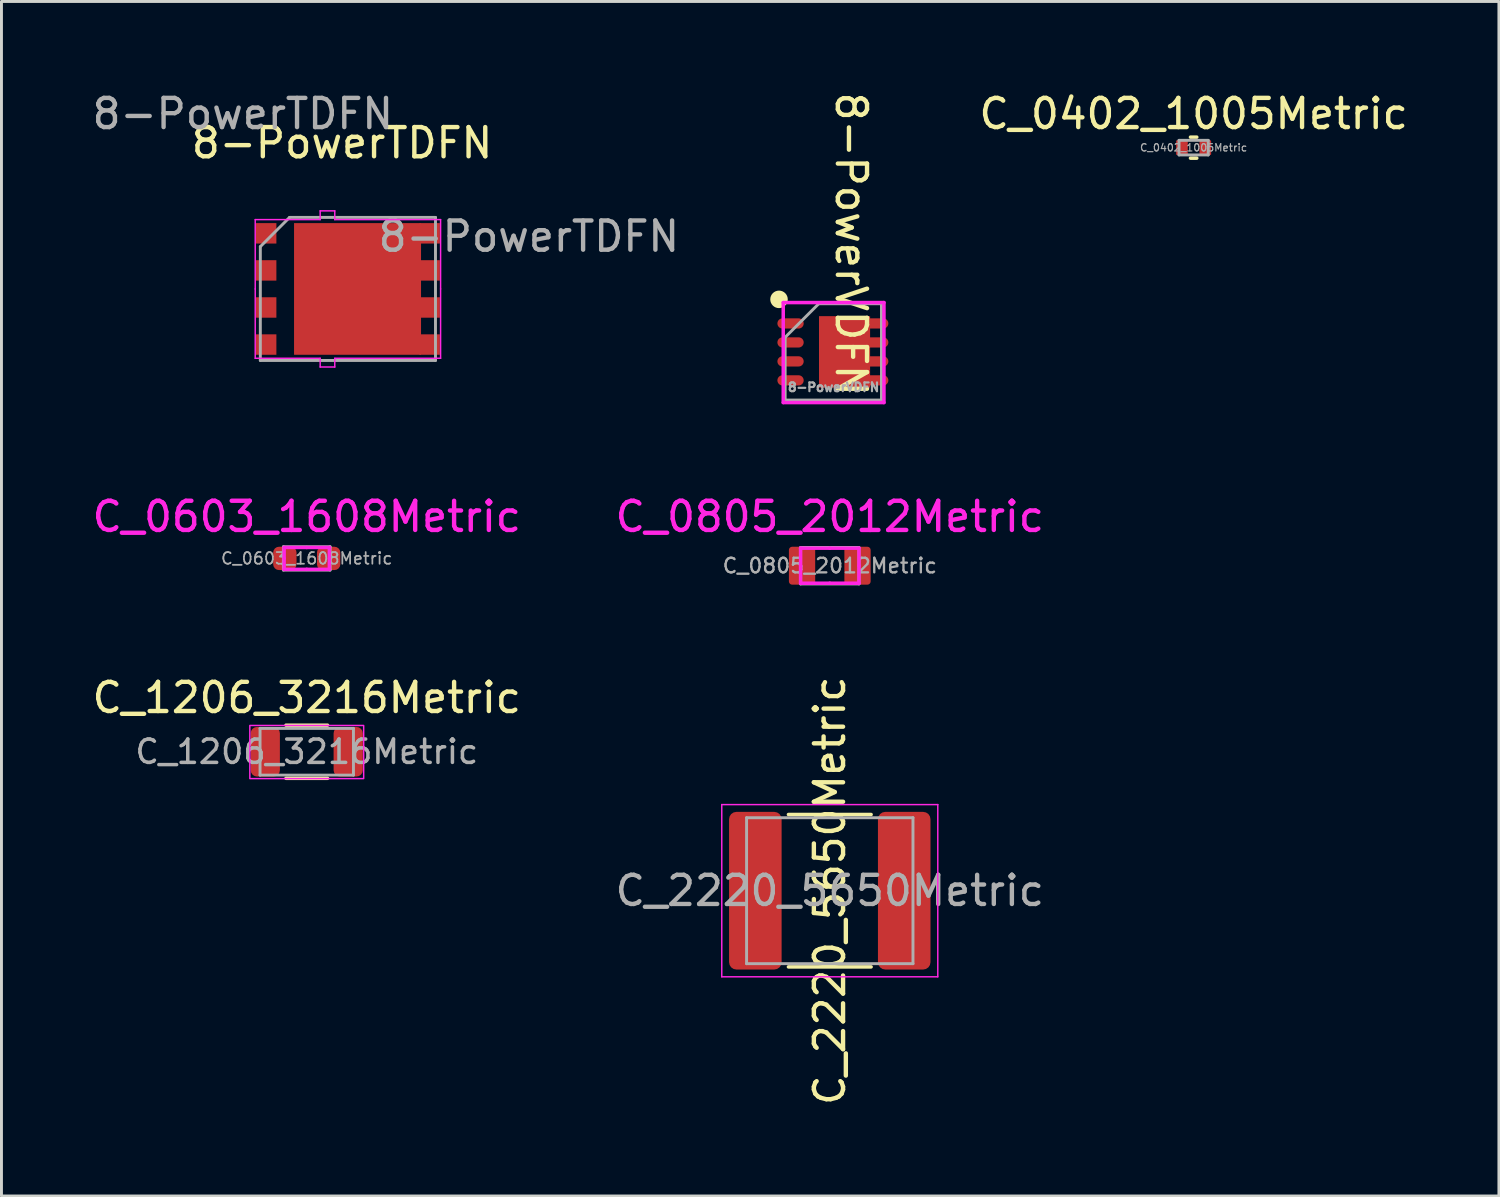
<source format=kicad_pcb>
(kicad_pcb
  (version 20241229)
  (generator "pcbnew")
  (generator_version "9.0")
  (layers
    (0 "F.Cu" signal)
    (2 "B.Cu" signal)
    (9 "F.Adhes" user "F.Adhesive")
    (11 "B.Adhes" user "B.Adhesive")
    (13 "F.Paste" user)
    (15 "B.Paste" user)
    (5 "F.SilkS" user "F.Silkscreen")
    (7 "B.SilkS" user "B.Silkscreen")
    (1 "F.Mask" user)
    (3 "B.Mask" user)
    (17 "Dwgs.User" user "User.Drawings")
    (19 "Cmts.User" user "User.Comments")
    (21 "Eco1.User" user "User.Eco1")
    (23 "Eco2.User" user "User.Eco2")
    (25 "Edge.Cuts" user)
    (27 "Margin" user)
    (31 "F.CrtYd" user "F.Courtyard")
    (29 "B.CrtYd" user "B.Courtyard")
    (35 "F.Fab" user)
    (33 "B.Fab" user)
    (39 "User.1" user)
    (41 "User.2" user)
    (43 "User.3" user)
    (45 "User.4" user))
  (footprint "C_0402_1005Metric"
    (layer "F.Cu")
    (at 37.839 2.008)
    (property "Reference" "C_0402_1005Metric" (at 0 -1.16 0) (layer "F.SilkS") (effects (font (size 1 1) (thickness 0.15))))
    (attr smd)
    (fp_line (start -0.108 -0.36) (end 0.108 -0.36) (stroke (width 0.12) (type solid)) (layer "F.SilkS"))
    (fp_line (start -0.108 0.36) (end 0.108 0.36) (stroke (width 0.12) (type solid)) (layer "F.SilkS"))
    (fp_line (start -0.5 -0.25) (end 0.5 -0.25) (stroke (width 0.1) (type solid)) (layer "F.Fab"))
    (fp_line (start -0.5 0.25) (end -0.5 -0.25) (stroke (width 0.1) (type solid)) (layer "F.Fab"))
    (fp_line (start 0.5 -0.25) (end 0.5 0.25) (stroke (width 0.1) (type solid)) (layer "F.Fab"))
    (fp_line (start 0.5 0.25) (end -0.5 0.25) (stroke (width 0.1) (type solid)) (layer "F.Fab"))
    (fp_text user "${REFERENCE}" (at 0 0 0) (layer "F.Fab") (effects (font (size 0.25 0.25) (thickness 0.04))))
    (pad "1" smd roundrect (at -0.4 0) (size 0.4 0.5) (layers "F.Cu" "F.Mask" "F.Paste") (roundrect_rratio 0.062))
    (pad "2" smd roundrect (at 0.4 0) (size 0.4 0.5) (layers "F.Cu" "F.Mask" "F.Paste") (roundrect_rratio 0.062)))
  (footprint "C_0805_2012Metric"
    (layer "F.Cu")
    (at 25.375 16.329)
    (property "Reference" "C_0805_2012Metric" (at 0 -1.68 0) (layer "F.CrtYd") (effects (font (size 1 1) (thickness 0.15))))
    (attr smd)
    (fp_line (start -1 0) (end -1 -0.6) (stroke (width 0.12) (type default)) (layer "F.CrtYd"))
    (fp_line (start -1 0) (end -1 0.6) (stroke (width 0.12) (type default)) (layer "F.CrtYd"))
    (fp_line (start 0 -0.6) (end -1 -0.6) (stroke (width 0.12) (type default)) (layer "F.CrtYd"))
    (fp_line (start 0 -0.6) (end 1 -0.6) (stroke (width 0.12) (type default)) (layer "F.CrtYd"))
    (fp_line (start 0 0.6) (end -1 0.6) (stroke (width 0.12) (type default)) (layer "F.CrtYd"))
    (fp_line (start 0 0.6) (end 1 0.6) (stroke (width 0.12) (type default)) (layer "F.CrtYd"))
    (fp_line (start 1 0) (end 1 -0.6) (stroke (width 0.12) (type default)) (layer "F.CrtYd"))
    (fp_line (start 1 0) (end 1 0.6) (stroke (width 0.12) (type default)) (layer "F.CrtYd"))
    (fp_line (start -1 -0.625) (end 1 -0.625) (stroke (width 0.1) (type solid)) (layer "F.Fab"))
    (fp_line (start -1 0.625) (end -1 -0.625) (stroke (width 0.1) (type solid)) (layer "F.Fab"))
    (fp_line (start 1 -0.625) (end 1 0.625) (stroke (width 0.1) (type solid)) (layer "F.Fab"))
    (fp_line (start 1 0.625) (end -1 0.625) (stroke (width 0.1) (type solid)) (layer "F.Fab"))
    (fp_text user "${REFERENCE}" (at 0 0 0) (layer "F.Fab") (effects (font (size 0.5 0.5) (thickness 0.08))))
    (pad "1" smd roundrect (at -0.95 0) (size 0.9 1.3) (layers "F.Cu" "F.Mask" "F.Paste") (roundrect_rratio 0.125))
    (pad "2" smd roundrect (at 0.95 0) (size 0.9 1.3) (layers "F.Cu" "F.Mask" "F.Paste") (roundrect_rratio 0.125)))
  (footprint "8-PowerVDFN"
    (layer "F.Cu")
    (at 25.506 9.015)
    (property "Reference" "8-PowerVDFN" (at 0.6 -3.7 270) (unlocked yes) (layer "F.SilkS") (effects (font (size 1 1) (thickness 0.15))))
    (attr smd)
    (fp_circle (center -1.87 -1.81) (end -1.72 -1.81) (stroke (width 0.3) (type default)) (fill no) (layer "F.SilkS"))
    (fp_line (start -1.725 -1.7) (end -1.725 1.725) (stroke (width 0.12) (type default)) (layer "F.CrtYd"))
    (fp_line (start -1.725 -1.7) (end 1.725 -1.7) (stroke (width 0.12) (type default)) (layer "F.CrtYd"))
    (fp_line (start -1.725 1.725) (end 1.725 1.725) (stroke (width 0.12) (type default)) (layer "F.CrtYd"))
    (fp_line (start 1.725 -1.7) (end 1.725 1.725) (stroke (width 0.12) (type default)) (layer "F.CrtYd"))
    (fp_line (start -1.66 -0.51) (end -0.51 -1.66) (stroke (width 0.1) (type solid)) (layer "F.Fab"))
    (fp_line (start -1.66 1.64) (end -1.66 -0.51) (stroke (width 0.1) (type solid)) (layer "F.Fab"))
    (fp_line (start -0.51 -1.66) (end 1.64 -1.66) (stroke (width 0.1) (type solid)) (layer "F.Fab"))
    (fp_line (start 1.64 -1.66) (end 1.64 1.64) (stroke (width 0.1) (type solid)) (layer "F.Fab"))
    (fp_line (start 1.64 1.64) (end -1.66 1.64) (stroke (width 0.1) (type solid)) (layer "F.Fab"))
    (fp_text user "${REFERENCE}" (at 0 1.2 0) (layer "F.Fab") (effects (font (size 0.3 0.3) (thickness 0.075))))
    (pad "" smd rect (at -0.1 -0.62) (size 0.57 0.738) (layers "F.Paste"))
    (pad "" smd rect (at -0.1 0.6) (size 0.57 0.738) (layers "F.Paste"))
    (pad "" smd rect (at 0.85 -0.62) (size 0.57 0.738) (layers "F.Paste"))
    (pad "" smd rect (at 0.85 0.6) (size 0.57 0.738) (layers "F.Paste"))
    (pad "1" smd oval (at -1.475 -0.985 90) (size 0.35 0.9) (layers "F.Cu" "F.Mask" "F.Paste"))
    (pad "1" smd oval (at -1.475 -0.335 90) (size 0.35 0.9) (layers "F.Cu" "F.Mask" "F.Paste"))
    (pad "1" smd oval (at -1.475 0.315 90) (size 0.35 0.9) (layers "F.Cu" "F.Mask" "F.Paste"))
    (pad "2" smd oval (at -1.475 0.965 90) (size 0.35 0.9) (layers "F.Cu" "F.Mask" "F.Paste"))
    (pad "3" smd rect (at 0.375 -0.01 180) (size 1.75 2.45) (layers "F.Cu" "F.Mask"))
    (pad "3" smd oval (at 1.425 -0.985 90) (size 0.35 0.9) (layers "F.Cu" "F.Mask"))
    (pad "3" smd oval (at 1.425 -0.335 90) (size 0.35 0.9) (layers "F.Cu" "F.Mask"))
    (pad "3" smd oval (at 1.425 0.315 90) (size 0.35 0.9) (layers "F.Cu" "F.Mask"))
    (pad "3" smd oval (at 1.425 0.965 90) (size 0.35 0.9) (layers "F.Cu" "F.Mask")))
  (footprint "C_0603_1608Metric"
    (layer "F.Cu")
    (at 7.458 16.079)
    (property "Reference" "C_0603_1608Metric" (at 0 -1.43 0) (layer "F.CrtYd") (effects (font (size 1 1) (thickness 0.15))))
    (attr smd)
    (fp_line (start -0.775 0) (end -0.775 -0.375) (stroke (width 0.12) (type default)) (layer "F.CrtYd"))
    (fp_line (start -0.775 0) (end -0.775 0.375) (stroke (width 0.12) (type default)) (layer "F.CrtYd"))
    (fp_line (start 0 -0.375) (end -0.775 -0.375) (stroke (width 0.12) (type default)) (layer "F.CrtYd"))
    (fp_line (start 0 -0.375) (end 0.775 -0.375) (stroke (width 0.12) (type default)) (layer "F.CrtYd"))
    (fp_line (start 0 0.375) (end -0.775 0.375) (stroke (width 0.12) (type default)) (layer "F.CrtYd"))
    (fp_line (start 0 0.375) (end 0.775 0.375) (stroke (width 0.12) (type default)) (layer "F.CrtYd"))
    (fp_line (start 0.775 0) (end 0.775 -0.375) (stroke (width 0.12) (type default)) (layer "F.CrtYd"))
    (fp_line (start 0.775 0) (end 0.775 0.375) (stroke (width 0.12) (type default)) (layer "F.CrtYd"))
    (fp_line (start -0.8 -0.4) (end 0.8 -0.4) (stroke (width 0.1) (type solid)) (layer "F.Fab"))
    (fp_line (start -0.8 0.4) (end -0.8 -0.4) (stroke (width 0.1) (type solid)) (layer "F.Fab"))
    (fp_line (start 0.8 -0.4) (end 0.8 0.4) (stroke (width 0.1) (type solid)) (layer "F.Fab"))
    (fp_line (start 0.8 0.4) (end -0.8 0.4) (stroke (width 0.1) (type solid)) (layer "F.Fab"))
    (fp_text user "${REFERENCE}" (at 0 0 0) (layer "F.Fab") (effects (font (size 0.4 0.4) (thickness 0.06))))
    (pad "1" smd roundrect (at -0.75 0) (size 0.8 0.8) (layers "F.Cu" "F.Mask" "F.Paste") (roundrect_rratio 0.25))
    (pad "2" smd roundrect (at 0.75 0) (size 0.8 0.8) (layers "F.Cu" "F.Mask" "F.Paste") (roundrect_rratio 0.25)))
  (footprint "C_2220_5650Metric"
    (layer "F.Cu")
    (at 25.375 27.462)
    (property "Reference" "C_2220_5650Metric" (at 0 0 90) (layer "F.SilkS") (effects (font (size 1 1) (thickness 0.15))))
    (attr smd)
    (fp_line (start -1.416 -2.61) (end 1.416 -2.61) (stroke (width 0.12) (type solid)) (layer "F.SilkS"))
    (fp_line (start -1.416 2.61) (end 1.416 2.61) (stroke (width 0.12) (type solid)) (layer "F.SilkS"))
    (fp_line (start -3.7 -2.95) (end 3.7 -2.95) (stroke (width 0.05) (type solid)) (layer "F.CrtYd"))
    (fp_line (start -3.7 2.95) (end -3.7 -2.95) (stroke (width 0.05) (type solid)) (layer "F.CrtYd"))
    (fp_line (start 3.7 -2.95) (end 3.7 2.95) (stroke (width 0.05) (type solid)) (layer "F.CrtYd"))
    (fp_line (start 3.7 2.95) (end -3.7 2.95) (stroke (width 0.05) (type solid)) (layer "F.CrtYd"))
    (fp_line (start -2.85 -2.5) (end 2.85 -2.5) (stroke (width 0.1) (type solid)) (layer "F.Fab"))
    (fp_line (start -2.85 2.5) (end -2.85 -2.5) (stroke (width 0.1) (type solid)) (layer "F.Fab"))
    (fp_line (start 2.85 -2.5) (end 2.85 2.5) (stroke (width 0.1) (type solid)) (layer "F.Fab"))
    (fp_line (start 2.85 2.5) (end -2.85 2.5) (stroke (width 0.1) (type solid)) (layer "F.Fab"))
    (fp_text user "${REFERENCE}" (at 0 0 0) (layer "F.Fab") (effects (font (size 1 1) (thickness 0.15))))
    (pad "1" smd roundrect (at -2.55 0) (size 1.8 5.4) (layers "F.Cu" "F.Mask" "F.Paste") (roundrect_rratio 0.139))
    (pad "2" smd roundrect (at 2.55 0) (size 1.8 5.4) (layers "F.Cu" "F.Mask" "F.Paste") (roundrect_rratio 0.139)))
  (footprint "8-PowerTDFN"
    (layer "F.Cu")
    (at 8.868 6.848)
    (property "Reference" "8-PowerTDFN" (at -0.2 -5 0) (unlocked yes) (layer "F.SilkS") (effects (font (size 1 1) (thickness 0.15))))
    (attr smd)
    (fp_line (start -3.175 -2.375) (end -0.95 -2.375) (stroke (width 0.05) (type default)) (layer "F.CrtYd"))
    (fp_line (start -3.175 0) (end -3.175 -2.375) (stroke (width 0.05) (type default)) (layer "F.CrtYd"))
    (fp_line (start -3.175 0) (end -3.175 2.375) (stroke (width 0.05) (type default)) (layer "F.CrtYd"))
    (fp_line (start -3.175 2.375) (end -0.95 2.375) (stroke (width 0.05) (type default)) (layer "F.CrtYd"))
    (fp_line (start -0.95 -2.675) (end -0.45 -2.675) (stroke (width 0.05) (type default)) (layer "F.CrtYd"))
    (fp_line (start -0.95 -2.375) (end -0.95 -2.675) (stroke (width 0.05) (type default)) (layer "F.CrtYd"))
    (fp_line (start -0.95 2.375) (end -0.95 2.675) (stroke (width 0.05) (type default)) (layer "F.CrtYd"))
    (fp_line (start -0.95 2.675) (end -0.45 2.675) (stroke (width 0.05) (type default)) (layer "F.CrtYd"))
    (fp_line (start -0.45 -2.675) (end -0.45 -2.375) (stroke (width 0.05) (type default)) (layer "F.CrtYd"))
    (fp_line (start -0.45 -2.375) (end 3.175 -2.375) (stroke (width 0.05) (type default)) (layer "F.CrtYd"))
    (fp_line (start -0.45 2.375) (end 3.175 2.375) (stroke (width 0.05) (type default)) (layer "F.CrtYd"))
    (fp_line (start -0.45 2.675) (end -0.45 2.375) (stroke (width 0.05) (type default)) (layer "F.CrtYd"))
    (fp_line (start 3.175 -2.375) (end 3.175 0) (stroke (width 0.05) (type default)) (layer "F.CrtYd"))
    (fp_line (start 3.175 2.375) (end 3.175 0) (stroke (width 0.05) (type default)) (layer "F.CrtYd"))
    (fp_line (start -3 -1.45) (end -3 2.45) (stroke (width 0.1) (type solid)) (layer "F.Fab"))
    (fp_line (start -2 -2.45) (end -3 -1.45) (stroke (width 0.1) (type solid)) (layer "F.Fab"))
    (fp_line (start -2 -2.45) (end 3 -2.45) (stroke (width 0.1) (type solid)) (layer "F.Fab"))
    (fp_line (start 3 -2.45) (end 3 2.45) (stroke (width 0.1) (type solid)) (layer "F.Fab"))
    (fp_line (start 3 2.45) (end -3 2.45) (stroke (width 0.1) (type solid)) (layer "F.Fab"))
    (fp_text user "${REFERENCE}" (at 6.2 -1.8 0) (unlocked yes) (layer "F.Fab") (effects (font (size 1 1) (thickness 0.15))))
    (fp_text user "${REFERENCE}" (at -3.6 -6 0) (layer "F.Fab") (effects (font (size 1 1) (thickness 0.15))))
    (pad "" smd rect (at -0.797 -1.095) (size 1.235 1.57) (layers "F.Paste"))
    (pad "" smd rect (at -0.797 1.095) (size 1.235 1.57) (layers "F.Paste"))
    (pad "" smd rect (at 1.113 -1.095) (size 1.585 1.57) (layers "F.Paste"))
    (pad "" smd rect (at 1.113 1.095) (size 1.585 1.57) (layers "F.Paste"))
    (pad "1" smd rect (at -2.8 -1.905) (size 0.7 0.7) (layers "F.Cu" "F.Mask" "F.Paste"))
    (pad "1" smd rect (at -2.8 -0.635) (size 0.7 0.7) (layers "F.Cu" "F.Mask" "F.Paste"))
    (pad "1" smd rect (at -2.8 0.635) (size 0.7 0.7) (layers "F.Cu" "F.Mask" "F.Paste"))
    (pad "2" smd rect (at -2.8 1.905) (size 0.7 0.7) (layers "F.Cu" "F.Mask" "F.Paste"))
    (pad "3" smd rect (at 0.33 0) (size 4.35 4.51) (layers "F.Cu" "F.Mask"))
    (pad "3" smd rect (at 2.8 -1.905) (size 0.7 0.7) (layers "F.Cu" "F.Mask" "F.Paste"))
    (pad "3" smd rect (at 2.8 -0.635) (size 0.7 0.7) (layers "F.Cu" "F.Mask" "F.Paste"))
    (pad "3" smd rect (at 2.8 0.635) (size 0.7 0.7) (layers "F.Cu" "F.Mask" "F.Paste"))
    (pad "3" smd rect (at 2.8 1.905) (size 0.7 0.7) (layers "F.Cu" "F.Mask" "F.Paste")))
  (footprint "C_1206_3216Metric"
    (layer "F.Cu")
    (at 7.458 22.702)
    (property "Reference" "C_1206_3216Metric" (at 0 -1.85 0) (layer "F.SilkS") (effects (font (size 1 1) (thickness 0.15))))
    (attr smd)
    (fp_line (start -0.711 -0.91) (end 0.711 -0.91) (stroke (width 0.12) (type solid)) (layer "F.SilkS"))
    (fp_line (start -0.711 0.91) (end 0.711 0.91) (stroke (width 0.12) (type solid)) (layer "F.SilkS"))
    (fp_rect (start -1.95 -0.9) (end 1.95 0.92) (stroke (width 0.05) (type default)) (fill no) (layer "F.CrtYd"))
    (fp_line (start -1.6 -0.8) (end 1.6 -0.8) (stroke (width 0.1) (type solid)) (layer "F.Fab"))
    (fp_line (start -1.6 0.8) (end -1.6 -0.8) (stroke (width 0.1) (type solid)) (layer "F.Fab"))
    (fp_line (start 1.6 -0.8) (end 1.6 0.8) (stroke (width 0.1) (type solid)) (layer "F.Fab"))
    (fp_line (start 1.6 0.8) (end -1.6 0.8) (stroke (width 0.1) (type solid)) (layer "F.Fab"))
    (fp_text user "${REFERENCE}" (at 0 0 0) (layer "F.Fab") (effects (font (size 0.8 0.8) (thickness 0.12))))
    (pad "1" smd roundrect (at -1.42 0) (size 1 1.7) (layers "F.Cu" "F.Mask" "F.Paste") (roundrect_rratio 0.217))
    (pad "2" smd roundrect (at 1.42 0) (size 1 1.7) (layers "F.Cu" "F.Mask" "F.Paste") (roundrect_rratio 0.217)))
  (gr_rect
    (start -3 -3)
    (end 48.297 37.92)
    (stroke (width 0.1) (type default))
    (fill no)
    (layer "Edge.Cuts")))
</source>
